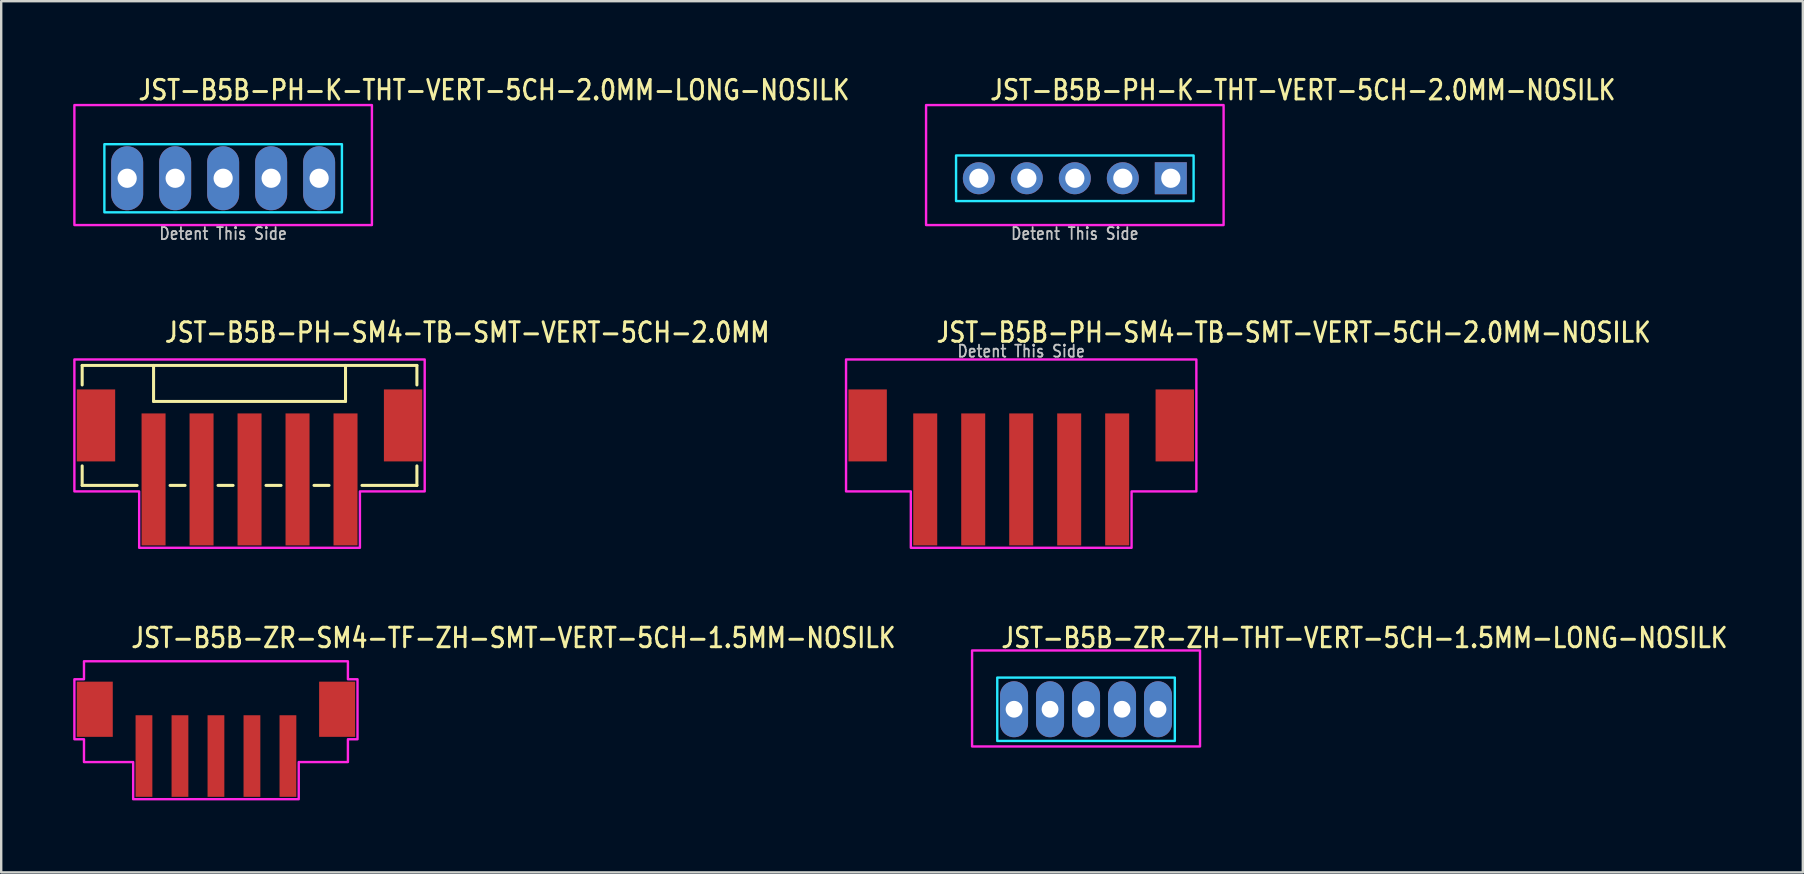
<source format=kicad_pcb>
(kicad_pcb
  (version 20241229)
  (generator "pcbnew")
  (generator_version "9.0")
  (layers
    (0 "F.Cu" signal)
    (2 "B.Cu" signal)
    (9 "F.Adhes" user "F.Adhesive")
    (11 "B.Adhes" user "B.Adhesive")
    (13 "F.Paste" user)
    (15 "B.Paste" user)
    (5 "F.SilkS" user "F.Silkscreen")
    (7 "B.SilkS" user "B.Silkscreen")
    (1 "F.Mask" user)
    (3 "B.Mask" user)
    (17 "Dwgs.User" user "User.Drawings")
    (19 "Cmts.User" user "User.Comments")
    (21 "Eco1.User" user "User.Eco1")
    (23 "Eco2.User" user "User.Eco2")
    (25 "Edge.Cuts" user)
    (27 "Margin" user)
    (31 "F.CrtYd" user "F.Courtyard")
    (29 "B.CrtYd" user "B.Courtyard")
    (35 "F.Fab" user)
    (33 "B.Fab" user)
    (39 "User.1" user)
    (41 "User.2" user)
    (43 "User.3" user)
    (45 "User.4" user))
  (footprint "JST-B5B-PH-SM4-TB-SMT-VERT-5CH-2.0MM"
    (layer "F.Cu")
    (at 7.35 14.68)
    (property "Reference" "JST-B5B-PH-SM4-TB-SMT-VERT-5CH-2.0MM" (at -3.6 -3.4 0) (unlocked yes) (layer "F.SilkS") (effects (font (size 0.813 0.695) (thickness 0.122)) (justify left bottom)))
    (fp_line (start -6.975 -2.5) (end -6.975 -1.687) (stroke (width 0.127) (type solid)) (layer "F.SilkS"))
    (fp_line (start -6.975 -2.5) (end 6.975 -2.5) (stroke (width 0.127) (type solid)) (layer "F.SilkS"))
    (fp_line (start -6.975 2.5) (end -6.975 1.687) (stroke (width 0.127) (type solid)) (layer "F.SilkS"))
    (fp_line (start -6.975 2.5) (end -4.686 2.5) (stroke (width 0.127) (type solid)) (layer "F.SilkS"))
    (fp_line (start -4 -2.5) (end -4 -1) (stroke (width 0.127) (type solid)) (layer "F.SilkS"))
    (fp_line (start -4 -1) (end 4 -1) (stroke (width 0.127) (type solid)) (layer "F.SilkS"))
    (fp_line (start -3.313 2.5) (end -2.687 2.5) (stroke (width 0.127) (type solid)) (layer "F.SilkS"))
    (fp_line (start -1.313 2.5) (end -0.686 2.5) (stroke (width 0.127) (type solid)) (layer "F.SilkS"))
    (fp_line (start 0.686 2.5) (end 1.313 2.5) (stroke (width 0.127) (type solid)) (layer "F.SilkS"))
    (fp_line (start 2.687 2.5) (end 3.313 2.5) (stroke (width 0.127) (type solid)) (layer "F.SilkS"))
    (fp_line (start 4 -1) (end 4 -2.5) (stroke (width 0.127) (type solid)) (layer "F.SilkS"))
    (fp_line (start 4.686 2.5) (end 6.975 2.5) (stroke (width 0.127) (type solid)) (layer "F.SilkS"))
    (fp_line (start 6.975 -1.687) (end 6.975 -2.5) (stroke (width 0.127) (type solid)) (layer "F.SilkS"))
    (fp_line (start 6.975 1.687) (end 6.975 2.5) (stroke (width 0.127) (type solid)) (layer "F.SilkS"))
    (fp_poly (pts (xy -7.3 -2.75) (xy -7.3 2.75) (xy -4.6 2.75) (xy -4.6 5.1) (xy 4.6 5.1) (xy 4.6 2.75) (xy 7.3 2.75) (xy 7.3 -2.75)) (stroke (width 0.1) (type solid)) (fill no) (layer "F.CrtYd"))
    (pad "P$1" smd rect (at -4 2.25) (size 1 5.5) (layers "F.Cu" "F.Mask" "F.Paste"))
    (pad "P$2" smd rect (at -2 2.25) (size 1 5.5) (layers "F.Cu" "F.Mask" "F.Paste"))
    (pad "P$3" smd rect (at 0 2.25) (size 1 5.5) (layers "F.Cu" "F.Mask" "F.Paste"))
    (pad "P$4" smd rect (at 2 2.25) (size 1 5.5) (layers "F.Cu" "F.Mask" "F.Paste"))
    (pad "P$5" smd rect (at 4 2.25) (size 1 5.5) (layers "F.Cu" "F.Mask" "F.Paste"))
    (pad "S$1" smd rect (at -6.4 0) (size 1.6 3) (layers "F.Cu" "F.Mask" "F.Paste"))
    (pad "S$2" smd rect (at 6.4 0) (size 1.6 3) (layers "F.Cu" "F.Mask" "F.Paste")))
  (footprint "JST-B5B-PH-K-THT-VERT-5CH-2.0MM-LONG-NOSILK"
    (layer "F.Cu")
    (at 6.25 4.379)
    (property "Reference" "JST-B5B-PH-K-THT-VERT-5CH-2.0MM-LONG-NOSILK" (at -3.6 -3.2 0) (unlocked yes) (layer "F.SilkS") (effects (font (size 0.813 0.695) (thickness 0.122)) (justify left bottom)))
    (fp_poly (pts (xy -4.95 -1.42) (xy -4.95 1.42) (xy 4.95 1.42) (xy 4.95 -1.42)) (stroke (width 0.1) (type solid)) (fill no) (layer "B.CrtYd"))
    (fp_poly (pts (xy -6.2 1.95) (xy -6.2 -3.05) (xy 6.2 -3.05) (xy 6.2 1.95)) (stroke (width 0.1) (type solid)) (fill no) (layer "F.CrtYd"))
    (fp_text user "Detent This Side" (at 0 2.6 0) (unlocked yes) (layer "Dwgs.User") (effects (font (size 0.5 0.427) (thickness 0.075)) (justify bottom)))
    (pad "P$1" thru_hole oval (at 4 0 90) (size 2.667 1.333) (drill 0.8) (layers "*.Cu" "*.Mask"))
    (pad "P$2" thru_hole oval (at 2 0 90) (size 2.667 1.333) (drill 0.8) (layers "*.Cu" "*.Mask"))
    (pad "P$3" thru_hole oval (at 0 0 90) (size 2.667 1.333) (drill 0.8) (layers "*.Cu" "*.Mask"))
    (pad "P$4" thru_hole oval (at -2 0 90) (size 2.667 1.333) (drill 0.8) (layers "*.Cu" "*.Mask"))
    (pad "P$5" thru_hole oval (at -4 0 90) (size 2.667 1.333) (drill 0.8) (layers "*.Cu" "*.Mask")))
  (footprint "JST-B5B-PH-SM4-TB-SMT-VERT-5CH-2.0MM-NOSILK"
    (layer "F.Cu")
    (at 39.51 14.68)
    (property "Reference" "JST-B5B-PH-SM4-TB-SMT-VERT-5CH-2.0MM-NOSILK" (at -3.6 -3.4 0) (unlocked yes) (layer "F.SilkS") (effects (font (size 0.813 0.695) (thickness 0.122)) (justify left bottom)))
    (fp_poly (pts (xy -7.3 -2.75) (xy -7.3 2.75) (xy -4.6 2.75) (xy -4.6 5.1) (xy 4.6 5.1) (xy 4.6 2.75) (xy 7.3 2.75) (xy 7.3 -2.75)) (stroke (width 0.1) (type solid)) (fill no) (layer "F.CrtYd"))
    (fp_text user "Detent This Side" (at 0 -2.8 0) (unlocked yes) (layer "Dwgs.User") (effects (font (size 0.5 0.427) (thickness 0.075)) (justify bottom)))
    (pad "P$1" smd rect (at -4 2.25) (size 1 5.5) (layers "F.Cu" "F.Mask" "F.Paste"))
    (pad "P$2" smd rect (at -2 2.25) (size 1 5.5) (layers "F.Cu" "F.Mask" "F.Paste"))
    (pad "P$3" smd rect (at 0 2.25) (size 1 5.5) (layers "F.Cu" "F.Mask" "F.Paste"))
    (pad "P$4" smd rect (at 2 2.25) (size 1 5.5) (layers "F.Cu" "F.Mask" "F.Paste"))
    (pad "P$5" smd rect (at 4 2.25) (size 1 5.5) (layers "F.Cu" "F.Mask" "F.Paste"))
    (pad "S$1" smd rect (at -6.4 0) (size 1.6 3) (layers "F.Cu" "F.Mask" "F.Paste"))
    (pad "S$2" smd rect (at 6.4 0) (size 1.6 3) (layers "F.Cu" "F.Mask" "F.Paste")))
  (footprint "JST-B5B-PH-K-THT-VERT-5CH-2.0MM-NOSILK"
    (layer "F.Cu")
    (at 41.745 4.379)
    (property "Reference" "JST-B5B-PH-K-THT-VERT-5CH-2.0MM-NOSILK" (at -3.6 -3.2 0) (unlocked yes) (layer "F.SilkS") (effects (font (size 0.813 0.695) (thickness 0.122)) (justify left bottom)))
    (fp_poly (pts (xy -4.95 -0.95) (xy -4.95 0.95) (xy 4.95 0.95) (xy 4.95 -0.95)) (stroke (width 0.1) (type solid)) (fill no) (layer "B.CrtYd"))
    (fp_poly (pts (xy -6.2 1.95) (xy -6.2 -3.05) (xy 6.2 -3.05) (xy 6.2 1.95)) (stroke (width 0.1) (type solid)) (fill no) (layer "F.CrtYd"))
    (fp_text user "Detent This Side" (at 0 2.6 0) (unlocked yes) (layer "Dwgs.User") (effects (font (size 0.5 0.427) (thickness 0.075)) (justify bottom)))
    (pad "P$1" thru_hole rect (at 4 0) (size 1.333 1.333) (drill 0.8) (layers "*.Cu" "*.Mask"))
    (pad "P$2" thru_hole oval (at 2 0) (size 1.333 1.333) (drill 0.8) (layers "*.Cu" "*.Mask"))
    (pad "P$3" thru_hole oval (at 0 0) (size 1.333 1.333) (drill 0.8) (layers "*.Cu" "*.Mask"))
    (pad "P$4" thru_hole oval (at -2 0) (size 1.333 1.333) (drill 0.8) (layers "*.Cu" "*.Mask"))
    (pad "P$5" thru_hole oval (at -4 0) (size 1.333 1.333) (drill 0.8) (layers "*.Cu" "*.Mask")))
  (footprint "JST-B5B-ZR-SM4-TF-ZH-SMT-VERT-5CH-1.5MM-NOSILK"
    (layer "F.Cu")
    (at 5.95 26.509)
    (property "Reference" "JST-B5B-ZR-SM4-TF-ZH-SMT-VERT-5CH-1.5MM-NOSILK" (at -3.6 -2.5 0) (unlocked yes) (layer "F.SilkS") (effects (font (size 0.813 0.695) (thickness 0.122)) (justify left bottom)))
    (fp_poly (pts (xy -5.5 -2) (xy -5.5 -1.25) (xy -5.9 -1.25) (xy -5.9 1.25) (xy -5.5 1.25) (xy -5.5 2.2) (xy -3.45 2.2) (xy -3.45 3.75) (xy 3.45 3.75) (xy 3.45 2.2) (xy 5.5 2.2) (xy 5.5 1.25) (xy 5.9 1.25) (xy 5.9 -1.25) (xy 5.5 -1.25) (xy 5.5 -2)) (stroke (width 0.1) (type solid)) (fill no) (layer "F.CrtYd"))
    (pad "P$1" smd rect (at -3 1.95) (size 0.7 3.4) (layers "F.Cu" "F.Mask" "F.Paste"))
    (pad "P$2" smd rect (at -1.5 1.95) (size 0.7 3.4) (layers "F.Cu" "F.Mask" "F.Paste"))
    (pad "P$3" smd rect (at 0 1.95) (size 0.7 3.4) (layers "F.Cu" "F.Mask" "F.Paste"))
    (pad "P$4" smd rect (at 1.5 1.95) (size 0.7 3.4) (layers "F.Cu" "F.Mask" "F.Paste"))
    (pad "P$5" smd rect (at 3 1.95) (size 0.7 3.4) (layers "F.Cu" "F.Mask" "F.Paste"))
    (pad "P$6" smd rect (at 5.05 0) (size 1.5 2.3) (layers "F.Cu" "F.Mask" "F.Paste"))
    (pad "P$7" smd rect (at -5.05 0) (size 1.5 2.3) (layers "F.Cu" "F.Mask" "F.Paste")))
  (footprint "JST-B5B-ZR-ZH-THT-VERT-5CH-1.5MM-LONG-NOSILK"
    (layer "F.Cu")
    (at 42.212 26.509)
    (property "Reference" "JST-B5B-ZR-ZH-THT-VERT-5CH-1.5MM-LONG-NOSILK" (at -3.6 -2.5 0) (unlocked yes) (layer "F.SilkS") (effects (font (size 0.813 0.695) (thickness 0.122)) (justify left bottom)))
    (fp_poly (pts (xy -3.7 -1.32) (xy -3.7 1.32) (xy 3.7 1.32) (xy 3.7 -1.32)) (stroke (width 0.1) (type solid)) (fill no) (layer "B.CrtYd"))
    (fp_poly (pts (xy -4.75 -2.45) (xy -4.75 1.55) (xy 4.75 1.55) (xy 4.75 -2.45)) (stroke (width 0.1) (type solid)) (fill no) (layer "F.CrtYd"))
    (pad "P$1" thru_hole oval (at 3 0 90) (size 2.333 1.167) (drill 0.7) (layers "*.Cu" "*.Mask"))
    (pad "P$2" thru_hole oval (at 1.5 0 90) (size 2.333 1.167) (drill 0.7) (layers "*.Cu" "*.Mask"))
    (pad "P$3" thru_hole oval (at 0 0 90) (size 2.333 1.167) (drill 0.7) (layers "*.Cu" "*.Mask"))
    (pad "P$4" thru_hole oval (at -1.5 0 90) (size 2.333 1.167) (drill 0.7) (layers "*.Cu" "*.Mask"))
    (pad "P$5" thru_hole oval (at -3 0 90) (size 2.333 1.167) (drill 0.7) (layers "*.Cu" "*.Mask")))
  (gr_rect
    (start -3 -3)
    (end 72.085 33.309)
    (stroke (width 0.1) (type default))
    (fill no)
    (layer "Edge.Cuts")))
</source>
